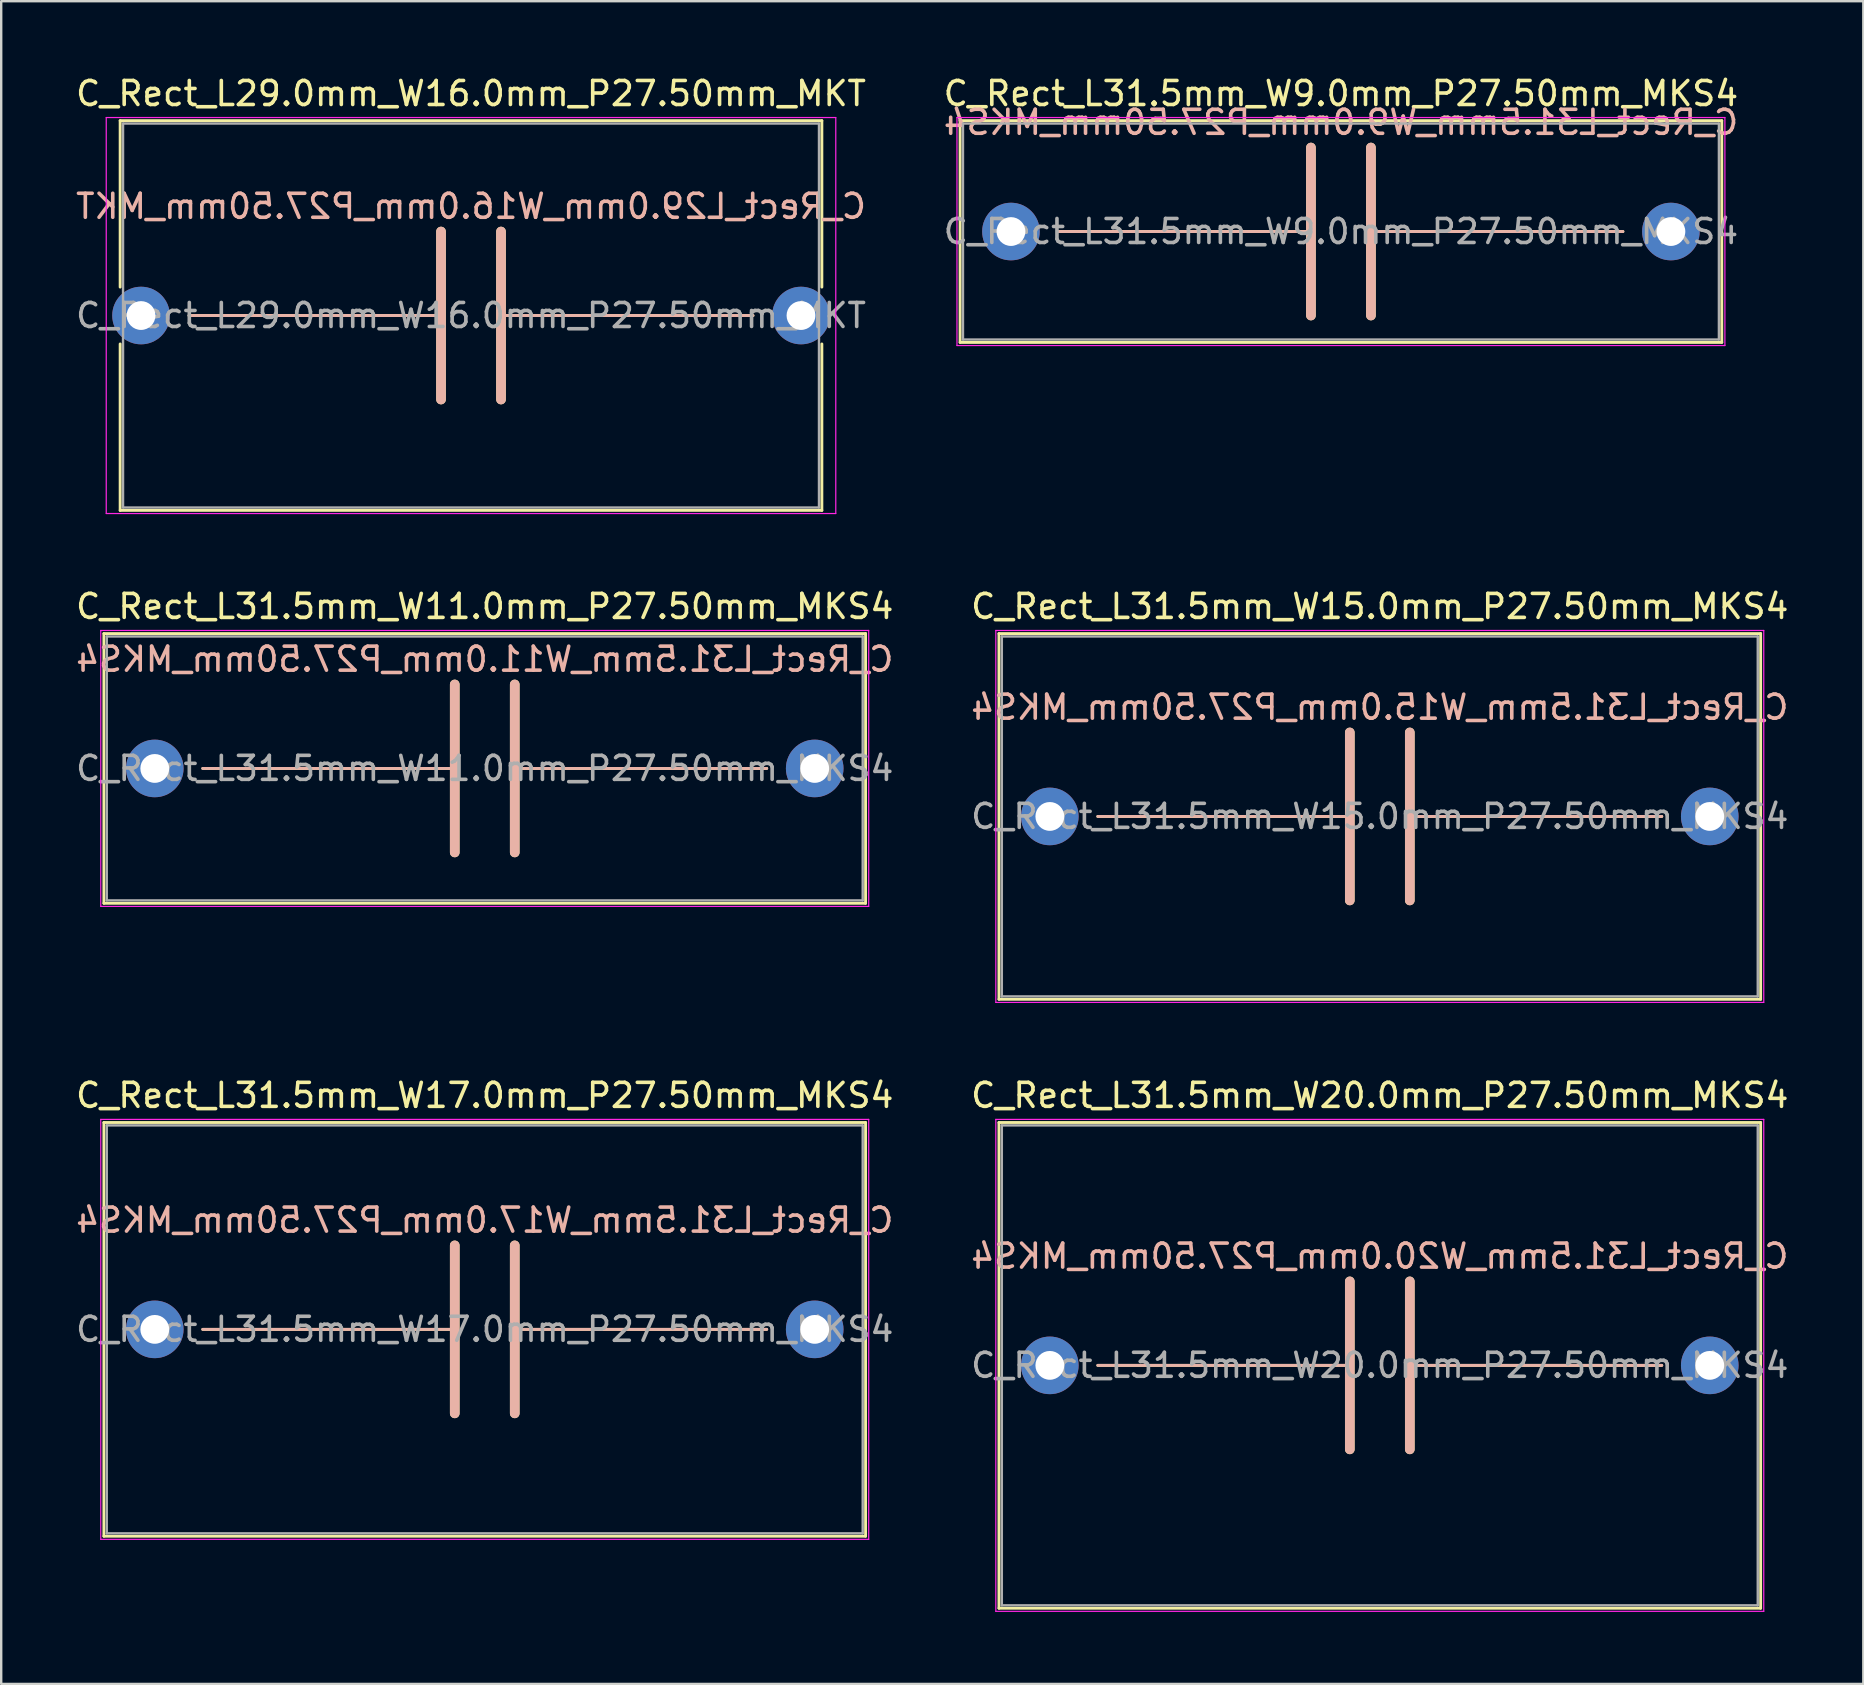
<source format=kicad_pcb>
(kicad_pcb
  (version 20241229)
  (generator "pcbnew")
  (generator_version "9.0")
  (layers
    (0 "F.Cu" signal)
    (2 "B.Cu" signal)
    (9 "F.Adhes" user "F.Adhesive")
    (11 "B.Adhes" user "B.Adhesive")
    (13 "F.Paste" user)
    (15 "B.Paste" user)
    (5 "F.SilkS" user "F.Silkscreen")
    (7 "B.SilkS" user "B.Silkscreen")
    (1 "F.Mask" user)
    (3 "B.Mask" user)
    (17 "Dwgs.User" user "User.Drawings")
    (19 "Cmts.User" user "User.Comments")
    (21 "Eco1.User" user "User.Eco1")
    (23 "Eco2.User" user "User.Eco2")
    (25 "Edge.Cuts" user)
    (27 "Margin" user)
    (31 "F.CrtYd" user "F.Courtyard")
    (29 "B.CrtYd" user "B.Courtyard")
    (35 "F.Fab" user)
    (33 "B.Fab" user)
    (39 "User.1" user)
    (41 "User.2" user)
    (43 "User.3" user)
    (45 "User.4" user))
  (footprint "C_Rect_L31.5mm_W17.0mm_P27.50mm_MKS4"
    (layer "F.Cu")
    (at 3.399 52.345)
    (property "Reference" "C_Rect_L31.5mm_W17.0mm_P27.50mm_MKS4" (at 13.75 -9.75 0) (layer "F.SilkS") (effects (font (size 1 1) (thickness 0.15))))
    (fp_line (start -2.12 -8.62) (end -2.12 8.62) (stroke (width 0.12) (type solid)) (layer "F.SilkS"))
    (fp_line (start -2.12 -8.62) (end 29.62 -8.62) (stroke (width 0.12) (type solid)) (layer "F.SilkS"))
    (fp_line (start -2.12 8.62) (end 29.62 8.62) (stroke (width 0.12) (type solid)) (layer "F.SilkS"))
    (fp_line (start 2 0) (end 12.5 0) (stroke (width 0.12) (type solid)) (layer "F.SilkS"))
    (fp_line (start 12.5 -3.5) (end 12.5 3.5) (stroke (width 0.4) (type solid)) (layer "F.SilkS"))
    (fp_line (start 15 -3.5) (end 15 3.5) (stroke (width 0.4) (type solid)) (layer "F.SilkS"))
    (fp_line (start 15 0) (end 25.5 0) (stroke (width 0.12) (type solid)) (layer "F.SilkS"))
    (fp_line (start 29.62 -8.62) (end 29.62 8.62) (stroke (width 0.12) (type solid)) (layer "F.SilkS"))
    (fp_line (start 2 0) (end 12.5 0) (stroke (width 0.12) (type solid)) (layer "B.SilkS"))
    (fp_line (start 12.5 3.5) (end 12.5 -3.5) (stroke (width 0.4) (type solid)) (layer "B.SilkS"))
    (fp_line (start 15 0) (end 25.5 0) (stroke (width 0.12) (type solid)) (layer "B.SilkS"))
    (fp_line (start 15 3.5) (end 15 -3.5) (stroke (width 0.4) (type solid)) (layer "B.SilkS"))
    (fp_line (start -2.25 -8.75) (end -2.25 8.75) (stroke (width 0.05) (type solid)) (layer "F.CrtYd"))
    (fp_line (start -2.25 8.75) (end 29.75 8.75) (stroke (width 0.05) (type solid)) (layer "F.CrtYd"))
    (fp_line (start 29.75 -8.75) (end -2.25 -8.75) (stroke (width 0.05) (type solid)) (layer "F.CrtYd"))
    (fp_line (start 29.75 8.75) (end 29.75 -8.75) (stroke (width 0.05) (type solid)) (layer "F.CrtYd"))
    (fp_line (start -2 -8.5) (end -2 8.5) (stroke (width 0.1) (type solid)) (layer "F.Fab"))
    (fp_line (start -2 8.5) (end 29.5 8.5) (stroke (width 0.1) (type solid)) (layer "F.Fab"))
    (fp_line (start 29.5 -8.5) (end -2 -8.5) (stroke (width 0.1) (type solid)) (layer "F.Fab"))
    (fp_line (start 29.5 8.5) (end 29.5 -8.5) (stroke (width 0.1) (type solid)) (layer "F.Fab"))
    (fp_text user "${REFERENCE}" (at 13.75 -4.55 0) (layer "B.SilkS") (effects (font (size 1 1) (thickness 0.15)) (justify mirror)))
    (fp_text user "${REFERENCE}" (at 13.75 0 0) (layer "F.Fab") (effects (font (size 1 1) (thickness 0.15))))
    (pad "1" thru_hole circle (at 0 0) (size 2.4 2.4) (drill 1.2) (layers "*.Cu" "*.Mask"))
    (pad "2" thru_hole circle (at 27.5 0) (size 2.4 2.4) (drill 1.2) (layers "*.Cu" "*.Mask")))
  (footprint "C_Rect_L31.5mm_W15.0mm_P27.50mm_MKS4"
    (layer "F.Cu")
    (at 40.696 30.971)
    (property "Reference" "C_Rect_L31.5mm_W15.0mm_P27.50mm_MKS4" (at 13.75 -8.75 0) (layer "F.SilkS") (effects (font (size 1 1) (thickness 0.15))))
    (fp_line (start -2.12 -7.62) (end -2.12 7.62) (stroke (width 0.12) (type solid)) (layer "F.SilkS"))
    (fp_line (start -2.12 -7.62) (end 29.62 -7.62) (stroke (width 0.12) (type solid)) (layer "F.SilkS"))
    (fp_line (start -2.12 7.62) (end 29.62 7.62) (stroke (width 0.12) (type solid)) (layer "F.SilkS"))
    (fp_line (start 2 0) (end 12.5 0) (stroke (width 0.12) (type solid)) (layer "F.SilkS"))
    (fp_line (start 12.5 -3.5) (end 12.5 3.5) (stroke (width 0.4) (type solid)) (layer "F.SilkS"))
    (fp_line (start 15 -3.5) (end 15 3.5) (stroke (width 0.4) (type solid)) (layer "F.SilkS"))
    (fp_line (start 15 0) (end 25.5 0) (stroke (width 0.12) (type solid)) (layer "F.SilkS"))
    (fp_line (start 29.62 -7.62) (end 29.62 7.62) (stroke (width 0.12) (type solid)) (layer "F.SilkS"))
    (fp_line (start 2 0) (end 12.5 0) (stroke (width 0.12) (type solid)) (layer "B.SilkS"))
    (fp_line (start 12.5 3.5) (end 12.5 -3.5) (stroke (width 0.4) (type solid)) (layer "B.SilkS"))
    (fp_line (start 15 0) (end 25.5 0) (stroke (width 0.12) (type solid)) (layer "B.SilkS"))
    (fp_line (start 15 3.5) (end 15 -3.5) (stroke (width 0.4) (type solid)) (layer "B.SilkS"))
    (fp_line (start -2.25 -7.75) (end -2.25 7.75) (stroke (width 0.05) (type solid)) (layer "F.CrtYd"))
    (fp_line (start -2.25 7.75) (end 29.75 7.75) (stroke (width 0.05) (type solid)) (layer "F.CrtYd"))
    (fp_line (start 29.75 -7.75) (end -2.25 -7.75) (stroke (width 0.05) (type solid)) (layer "F.CrtYd"))
    (fp_line (start 29.75 7.75) (end 29.75 -7.75) (stroke (width 0.05) (type solid)) (layer "F.CrtYd"))
    (fp_line (start -2 -7.5) (end -2 7.5) (stroke (width 0.1) (type solid)) (layer "F.Fab"))
    (fp_line (start -2 7.5) (end 29.5 7.5) (stroke (width 0.1) (type solid)) (layer "F.Fab"))
    (fp_line (start 29.5 -7.5) (end -2 -7.5) (stroke (width 0.1) (type solid)) (layer "F.Fab"))
    (fp_line (start 29.5 7.5) (end 29.5 -7.5) (stroke (width 0.1) (type solid)) (layer "F.Fab"))
    (fp_text user "${REFERENCE}" (at 13.75 -4.55 0) (layer "B.SilkS") (effects (font (size 1 1) (thickness 0.15)) (justify mirror)))
    (fp_text user "${REFERENCE}" (at 13.75 0 0) (layer "F.Fab") (effects (font (size 1 1) (thickness 0.15))))
    (pad "1" thru_hole circle (at 0 0) (size 2.4 2.4) (drill 1.2) (layers "*.Cu" "*.Mask"))
    (pad "2" thru_hole circle (at 27.5 0) (size 2.4 2.4) (drill 1.2) (layers "*.Cu" "*.Mask")))
  (footprint "C_Rect_L31.5mm_W11.0mm_P27.50mm_MKS4"
    (layer "F.Cu")
    (at 3.399 28.971)
    (property "Reference" "C_Rect_L31.5mm_W11.0mm_P27.50mm_MKS4" (at 13.75 -6.75 0) (layer "F.SilkS") (effects (font (size 1 1) (thickness 0.15))))
    (fp_line (start -2.12 -5.62) (end -2.12 5.62) (stroke (width 0.12) (type solid)) (layer "F.SilkS"))
    (fp_line (start -2.12 -5.62) (end 29.62 -5.62) (stroke (width 0.12) (type solid)) (layer "F.SilkS"))
    (fp_line (start -2.12 5.62) (end 29.62 5.62) (stroke (width 0.12) (type solid)) (layer "F.SilkS"))
    (fp_line (start 2 0) (end 12.5 0) (stroke (width 0.12) (type solid)) (layer "F.SilkS"))
    (fp_line (start 12.5 -3.5) (end 12.5 3.5) (stroke (width 0.4) (type solid)) (layer "F.SilkS"))
    (fp_line (start 15 -3.5) (end 15 3.5) (stroke (width 0.4) (type solid)) (layer "F.SilkS"))
    (fp_line (start 15 0) (end 25.5 0) (stroke (width 0.12) (type solid)) (layer "F.SilkS"))
    (fp_line (start 29.62 -5.62) (end 29.62 5.62) (stroke (width 0.12) (type solid)) (layer "F.SilkS"))
    (fp_line (start 2 0) (end 12.5 0) (stroke (width 0.12) (type solid)) (layer "B.SilkS"))
    (fp_line (start 12.5 3.5) (end 12.5 -3.5) (stroke (width 0.4) (type solid)) (layer "B.SilkS"))
    (fp_line (start 15 0) (end 25.5 0) (stroke (width 0.12) (type solid)) (layer "B.SilkS"))
    (fp_line (start 15 3.5) (end 15 -3.5) (stroke (width 0.4) (type solid)) (layer "B.SilkS"))
    (fp_line (start -2.25 -5.75) (end -2.25 5.75) (stroke (width 0.05) (type solid)) (layer "F.CrtYd"))
    (fp_line (start -2.25 5.75) (end 29.75 5.75) (stroke (width 0.05) (type solid)) (layer "F.CrtYd"))
    (fp_line (start 29.75 -5.75) (end -2.25 -5.75) (stroke (width 0.05) (type solid)) (layer "F.CrtYd"))
    (fp_line (start 29.75 5.75) (end 29.75 -5.75) (stroke (width 0.05) (type solid)) (layer "F.CrtYd"))
    (fp_line (start -2 -5.5) (end -2 5.5) (stroke (width 0.1) (type solid)) (layer "F.Fab"))
    (fp_line (start -2 5.5) (end 29.5 5.5) (stroke (width 0.1) (type solid)) (layer "F.Fab"))
    (fp_line (start 29.5 -5.5) (end -2 -5.5) (stroke (width 0.1) (type solid)) (layer "F.Fab"))
    (fp_line (start 29.5 5.5) (end 29.5 -5.5) (stroke (width 0.1) (type solid)) (layer "F.Fab"))
    (fp_text user "${REFERENCE}" (at 13.75 -4.55 0) (layer "B.SilkS") (effects (font (size 1 1) (thickness 0.15)) (justify mirror)))
    (fp_text user "${REFERENCE}" (at 13.75 0 0) (layer "F.Fab") (effects (font (size 1 1) (thickness 0.15))))
    (pad "1" thru_hole circle (at 0 0) (size 2.4 2.4) (drill 1.2) (layers "*.Cu" "*.Mask"))
    (pad "2" thru_hole circle (at 27.5 0) (size 2.4 2.4) (drill 1.2) (layers "*.Cu" "*.Mask")))
  (footprint "C_Rect_L31.5mm_W9.0mm_P27.50mm_MKS4"
    (layer "F.Cu")
    (at 39.077 6.598)
    (property "Reference" "C_Rect_L31.5mm_W9.0mm_P27.50mm_MKS4" (at 13.75 -5.75 0) (layer "F.SilkS") (effects (font (size 1 1) (thickness 0.15))))
    (fp_line (start -2.12 -4.62) (end -2.12 4.62) (stroke (width 0.12) (type solid)) (layer "F.SilkS"))
    (fp_line (start -2.12 -4.62) (end 29.62 -4.62) (stroke (width 0.12) (type solid)) (layer "F.SilkS"))
    (fp_line (start -2.12 4.62) (end 29.62 4.62) (stroke (width 0.12) (type solid)) (layer "F.SilkS"))
    (fp_line (start 2 0) (end 12.5 0) (stroke (width 0.12) (type solid)) (layer "F.SilkS"))
    (fp_line (start 12.5 -3.5) (end 12.5 3.5) (stroke (width 0.4) (type solid)) (layer "F.SilkS"))
    (fp_line (start 15 -3.5) (end 15 3.5) (stroke (width 0.4) (type solid)) (layer "F.SilkS"))
    (fp_line (start 15 0) (end 25.5 0) (stroke (width 0.12) (type solid)) (layer "F.SilkS"))
    (fp_line (start 29.62 -4.62) (end 29.62 4.62) (stroke (width 0.12) (type solid)) (layer "F.SilkS"))
    (fp_line (start 2 0) (end 12.5 0) (stroke (width 0.12) (type solid)) (layer "B.SilkS"))
    (fp_line (start 12.5 3.5) (end 12.5 -3.5) (stroke (width 0.4) (type solid)) (layer "B.SilkS"))
    (fp_line (start 15 0) (end 25.5 0) (stroke (width 0.12) (type solid)) (layer "B.SilkS"))
    (fp_line (start 15 3.5) (end 15 -3.5) (stroke (width 0.4) (type solid)) (layer "B.SilkS"))
    (fp_line (start -2.25 -4.75) (end -2.25 4.75) (stroke (width 0.05) (type solid)) (layer "F.CrtYd"))
    (fp_line (start -2.25 4.75) (end 29.75 4.75) (stroke (width 0.05) (type solid)) (layer "F.CrtYd"))
    (fp_line (start 29.75 -4.75) (end -2.25 -4.75) (stroke (width 0.05) (type solid)) (layer "F.CrtYd"))
    (fp_line (start 29.75 4.75) (end 29.75 -4.75) (stroke (width 0.05) (type solid)) (layer "F.CrtYd"))
    (fp_line (start -2 -4.5) (end -2 4.5) (stroke (width 0.1) (type solid)) (layer "F.Fab"))
    (fp_line (start -2 4.5) (end 29.5 4.5) (stroke (width 0.1) (type solid)) (layer "F.Fab"))
    (fp_line (start 29.5 -4.5) (end -2 -4.5) (stroke (width 0.1) (type solid)) (layer "F.Fab"))
    (fp_line (start 29.5 4.5) (end 29.5 -4.5) (stroke (width 0.1) (type solid)) (layer "F.Fab"))
    (fp_text user "${REFERENCE}" (at 13.75 -4.55 0) (layer "B.SilkS") (effects (font (size 1 1) (thickness 0.15)) (justify mirror)))
    (fp_text user "${REFERENCE}" (at 13.75 0 0) (layer "F.Fab") (effects (font (size 1 1) (thickness 0.15))))
    (pad "1" thru_hole circle (at 0 0) (size 2.4 2.4) (drill 1.2) (layers "*.Cu" "*.Mask"))
    (pad "2" thru_hole circle (at 27.5 0) (size 2.4 2.4) (drill 1.2) (layers "*.Cu" "*.Mask")))
  (footprint "C_Rect_L29.0mm_W16.0mm_P27.50mm_MKT"
    (layer "F.Cu")
    (at 2.827 10.098)
    (property "Reference" "C_Rect_L29.0mm_W16.0mm_P27.50mm_MKT" (at 13.75 -9.25 0) (layer "F.SilkS") (effects (font (size 1 1) (thickness 0.15))))
    (fp_line (start -0.87 -8.12) (end -0.87 -1.185) (stroke (width 0.12) (type solid)) (layer "F.SilkS"))
    (fp_line (start -0.87 -8.12) (end 28.37 -8.12) (stroke (width 0.12) (type solid)) (layer "F.SilkS"))
    (fp_line (start -0.87 1.185) (end -0.87 8.12) (stroke (width 0.12) (type solid)) (layer "F.SilkS"))
    (fp_line (start -0.87 8.12) (end 28.37 8.12) (stroke (width 0.12) (type solid)) (layer "F.SilkS"))
    (fp_line (start 2 0) (end 12.5 0) (stroke (width 0.12) (type solid)) (layer "F.SilkS"))
    (fp_line (start 12.5 -3.5) (end 12.5 3.5) (stroke (width 0.4) (type solid)) (layer "F.SilkS"))
    (fp_line (start 15 -3.5) (end 15 3.5) (stroke (width 0.4) (type solid)) (layer "F.SilkS"))
    (fp_line (start 15 0) (end 25.5 0) (stroke (width 0.12) (type solid)) (layer "F.SilkS"))
    (fp_line (start 28.37 -8.12) (end 28.37 -1.185) (stroke (width 0.12) (type solid)) (layer "F.SilkS"))
    (fp_line (start 28.37 1.185) (end 28.37 8.12) (stroke (width 0.12) (type solid)) (layer "F.SilkS"))
    (fp_line (start 2 0) (end 12.5 0) (stroke (width 0.12) (type solid)) (layer "B.SilkS"))
    (fp_line (start 12.5 3.5) (end 12.5 -3.5) (stroke (width 0.4) (type solid)) (layer "B.SilkS"))
    (fp_line (start 15 0) (end 25.5 0) (stroke (width 0.12) (type solid)) (layer "B.SilkS"))
    (fp_line (start 15 3.5) (end 15 -3.5) (stroke (width 0.4) (type solid)) (layer "B.SilkS"))
    (fp_line (start -1.45 -8.25) (end -1.45 8.25) (stroke (width 0.05) (type solid)) (layer "F.CrtYd"))
    (fp_line (start -1.45 8.25) (end 28.95 8.25) (stroke (width 0.05) (type solid)) (layer "F.CrtYd"))
    (fp_line (start 28.95 -8.25) (end -1.45 -8.25) (stroke (width 0.05) (type solid)) (layer "F.CrtYd"))
    (fp_line (start 28.95 8.25) (end 28.95 -8.25) (stroke (width 0.05) (type solid)) (layer "F.CrtYd"))
    (fp_line (start -0.75 -8) (end -0.75 8) (stroke (width 0.1) (type solid)) (layer "F.Fab"))
    (fp_line (start -0.75 8) (end 28.25 8) (stroke (width 0.1) (type solid)) (layer "F.Fab"))
    (fp_line (start 28.25 -8) (end -0.75 -8) (stroke (width 0.1) (type solid)) (layer "F.Fab"))
    (fp_line (start 28.25 8) (end 28.25 -8) (stroke (width 0.1) (type solid)) (layer "F.Fab"))
    (fp_text user "${REFERENCE}" (at 13.75 -4.55 0) (layer "B.SilkS") (effects (font (size 1 1) (thickness 0.15)) (justify mirror)))
    (fp_text user "${REFERENCE}" (at 13.75 0 0) (layer "F.Fab") (effects (font (size 1 1) (thickness 0.15))))
    (pad "1" thru_hole circle (at 0 0) (size 2.4 2.4) (drill 1.2) (layers "*.Cu" "*.Mask"))
    (pad "2" thru_hole circle (at 27.5 0) (size 2.4 2.4) (drill 1.2) (layers "*.Cu" "*.Mask")))
  (footprint "C_Rect_L31.5mm_W20.0mm_P27.50mm_MKS4"
    (layer "F.Cu")
    (at 40.696 53.845)
    (property "Reference" "C_Rect_L31.5mm_W20.0mm_P27.50mm_MKS4" (at 13.75 -11.25 0) (layer "F.SilkS") (effects (font (size 1 1) (thickness 0.15))))
    (fp_line (start -2.12 -10.12) (end -2.12 10.12) (stroke (width 0.12) (type solid)) (layer "F.SilkS"))
    (fp_line (start -2.12 -10.12) (end 29.62 -10.12) (stroke (width 0.12) (type solid)) (layer "F.SilkS"))
    (fp_line (start -2.12 10.12) (end 29.62 10.12) (stroke (width 0.12) (type solid)) (layer "F.SilkS"))
    (fp_line (start 2 0) (end 12.5 0) (stroke (width 0.12) (type solid)) (layer "F.SilkS"))
    (fp_line (start 12.5 -3.5) (end 12.5 3.5) (stroke (width 0.4) (type solid)) (layer "F.SilkS"))
    (fp_line (start 15 -3.5) (end 15 3.5) (stroke (width 0.4) (type solid)) (layer "F.SilkS"))
    (fp_line (start 15 0) (end 25.5 0) (stroke (width 0.12) (type solid)) (layer "F.SilkS"))
    (fp_line (start 29.62 -10.12) (end 29.62 10.12) (stroke (width 0.12) (type solid)) (layer "F.SilkS"))
    (fp_line (start 2 0) (end 12.5 0) (stroke (width 0.12) (type solid)) (layer "B.SilkS"))
    (fp_line (start 12.5 3.5) (end 12.5 -3.5) (stroke (width 0.4) (type solid)) (layer "B.SilkS"))
    (fp_line (start 15 0) (end 25.5 0) (stroke (width 0.12) (type solid)) (layer "B.SilkS"))
    (fp_line (start 15 3.5) (end 15 -3.5) (stroke (width 0.4) (type solid)) (layer "B.SilkS"))
    (fp_line (start -2.25 -10.25) (end -2.25 10.25) (stroke (width 0.05) (type solid)) (layer "F.CrtYd"))
    (fp_line (start -2.25 10.25) (end 29.75 10.25) (stroke (width 0.05) (type solid)) (layer "F.CrtYd"))
    (fp_line (start 29.75 -10.25) (end -2.25 -10.25) (stroke (width 0.05) (type solid)) (layer "F.CrtYd"))
    (fp_line (start 29.75 10.25) (end 29.75 -10.25) (stroke (width 0.05) (type solid)) (layer "F.CrtYd"))
    (fp_line (start -2 -10) (end -2 10) (stroke (width 0.1) (type solid)) (layer "F.Fab"))
    (fp_line (start -2 10) (end 29.5 10) (stroke (width 0.1) (type solid)) (layer "F.Fab"))
    (fp_line (start 29.5 -10) (end -2 -10) (stroke (width 0.1) (type solid)) (layer "F.Fab"))
    (fp_line (start 29.5 10) (end 29.5 -10) (stroke (width 0.1) (type solid)) (layer "F.Fab"))
    (fp_text user "${REFERENCE}" (at 13.75 -4.55 0) (layer "B.SilkS") (effects (font (size 1 1) (thickness 0.15)) (justify mirror)))
    (fp_text user "${REFERENCE}" (at 13.75 0 0) (layer "F.Fab") (effects (font (size 1 1) (thickness 0.15))))
    (pad "1" thru_hole circle (at 0 0) (size 2.4 2.4) (drill 1.2) (layers "*.Cu" "*.Mask"))
    (pad "2" thru_hole circle (at 27.5 0) (size 2.4 2.4) (drill 1.2) (layers "*.Cu" "*.Mask")))
  (gr_rect
    (start -3 -3)
    (end 74.595 67.12)
    (stroke (width 0.1) (type default))
    (fill no)
    (layer "Edge.Cuts")))
</source>
